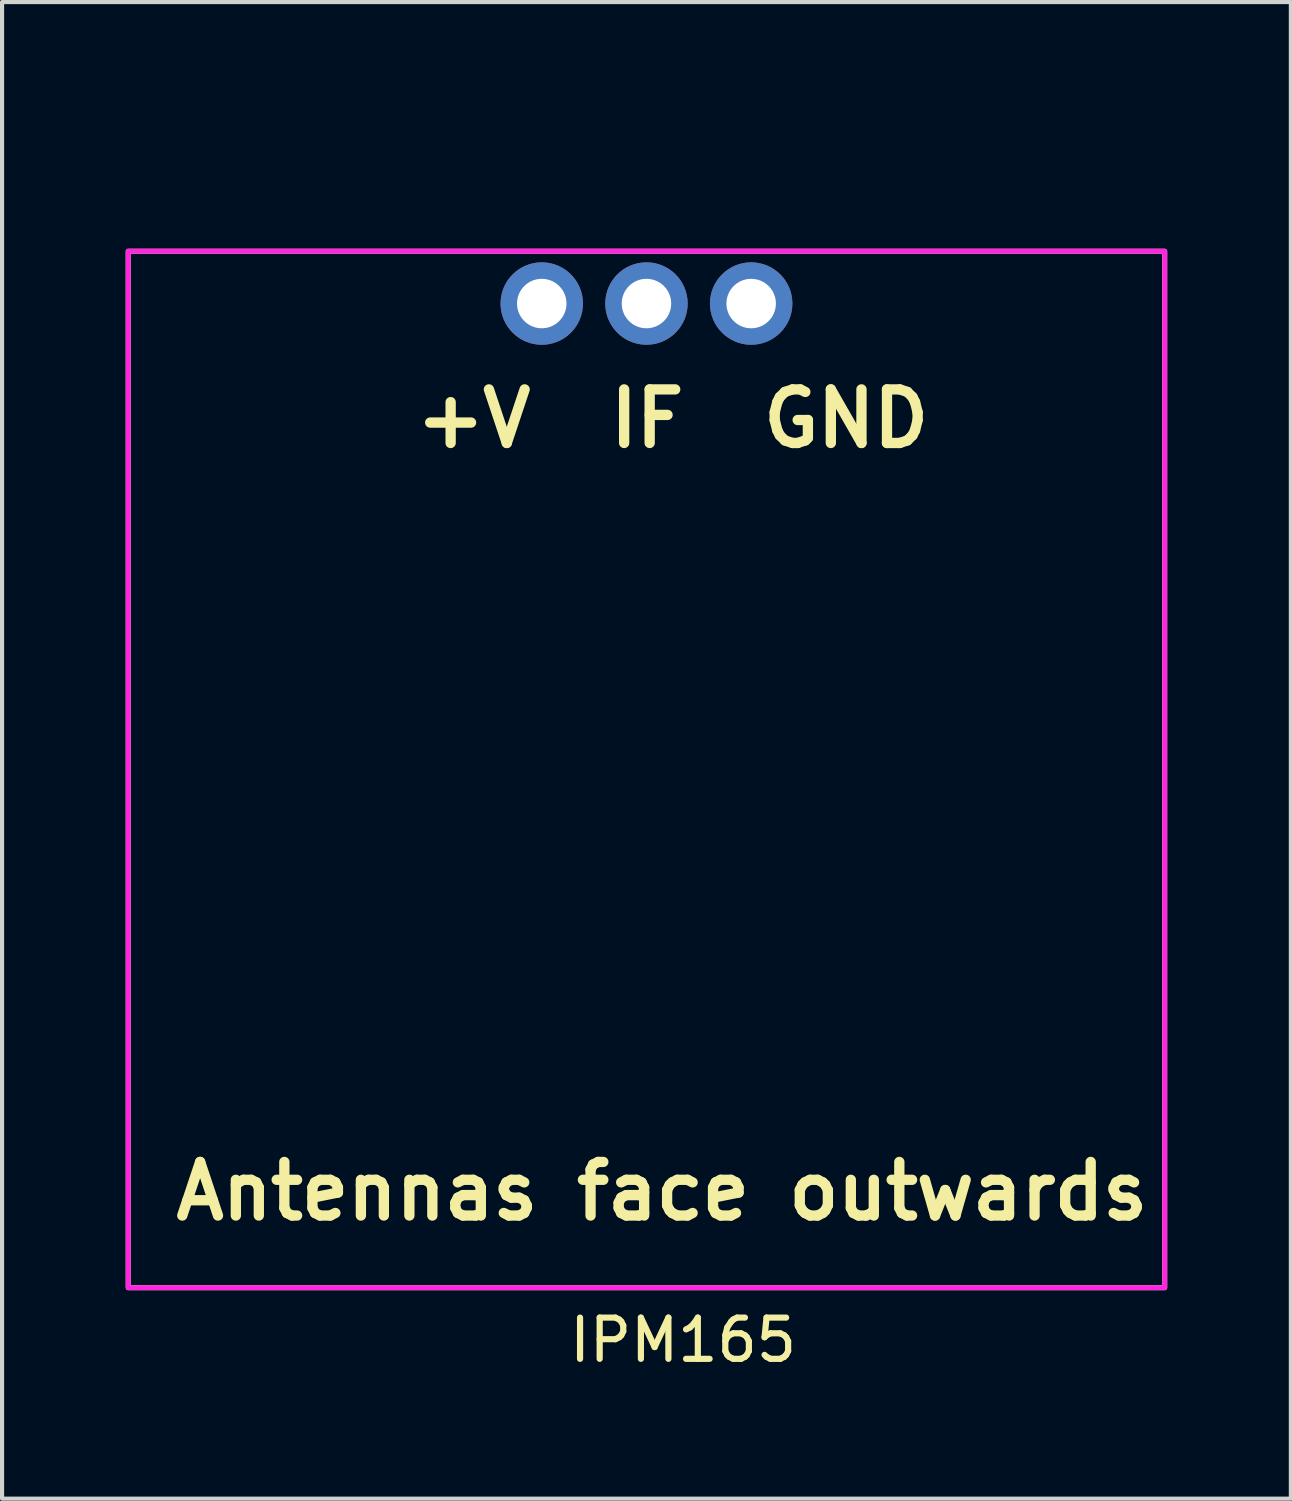
<source format=kicad_pcb>
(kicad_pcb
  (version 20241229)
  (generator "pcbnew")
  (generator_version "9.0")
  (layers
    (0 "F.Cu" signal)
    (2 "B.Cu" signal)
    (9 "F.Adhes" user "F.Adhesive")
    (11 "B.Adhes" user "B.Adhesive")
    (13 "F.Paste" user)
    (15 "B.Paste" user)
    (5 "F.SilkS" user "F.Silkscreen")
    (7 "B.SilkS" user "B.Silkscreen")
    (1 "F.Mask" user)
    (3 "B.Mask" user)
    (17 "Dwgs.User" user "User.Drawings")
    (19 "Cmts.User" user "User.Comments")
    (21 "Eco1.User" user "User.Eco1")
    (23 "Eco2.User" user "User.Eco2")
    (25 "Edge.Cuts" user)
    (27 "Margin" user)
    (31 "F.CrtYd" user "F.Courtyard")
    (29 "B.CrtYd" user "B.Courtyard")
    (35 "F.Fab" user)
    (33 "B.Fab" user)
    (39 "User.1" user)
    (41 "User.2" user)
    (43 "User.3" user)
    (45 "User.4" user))
  (footprint "IPM165"
    (layer "F.Cu")
    (at 6.41 0.25)
    (property "Reference" "IPM165" (at 7.112 29.21 0) (unlocked yes) (layer "F.SilkS") (effects (font (size 1 1) (thickness 0.15))))
    (attr through_hole)
    (fp_rect (start 18.796 27.94) (end -6.35 2.794) (stroke (width 0.12) (type solid)) (fill no) (layer "F.SilkS"))
    (fp_rect (start -6.35 2.794) (end 18.796 27.94) (stroke (width 0.12) (type solid)) (fill no) (layer "F.CrtYd"))
    (fp_text user "+V  IF  GND" (at 6.858 6.858 0) (unlocked yes) (layer "F.SilkS") (effects (font (size 1.3 1.3) (thickness 0.25))))
    (fp_text user "Antennas face outwards" (at 6.6 25.6 0) (unlocked yes) (layer "F.SilkS") (effects (font (size 1.3 1.3) (thickness 0.25))))
    (pad "1" thru_hole circle (at 3.683 4.064) (size 2 2) (drill 1.2) (layers "*.Cu" "*.Mask"))
    (pad "2" thru_hole circle (at 6.223 4.064) (size 2 2) (drill 1.2) (layers "*.Cu" "*.Mask"))
    (pad "3" thru_hole circle (at 8.763 4.064) (size 2 2) (drill 1.2) (layers "*.Cu" "*.Mask")))
  (gr_rect
    (start -3 -3)
    (end 28.266 33.308)
    (stroke (width 0.1) (type default))
    (fill no)
    (layer "Edge.Cuts")))
</source>
